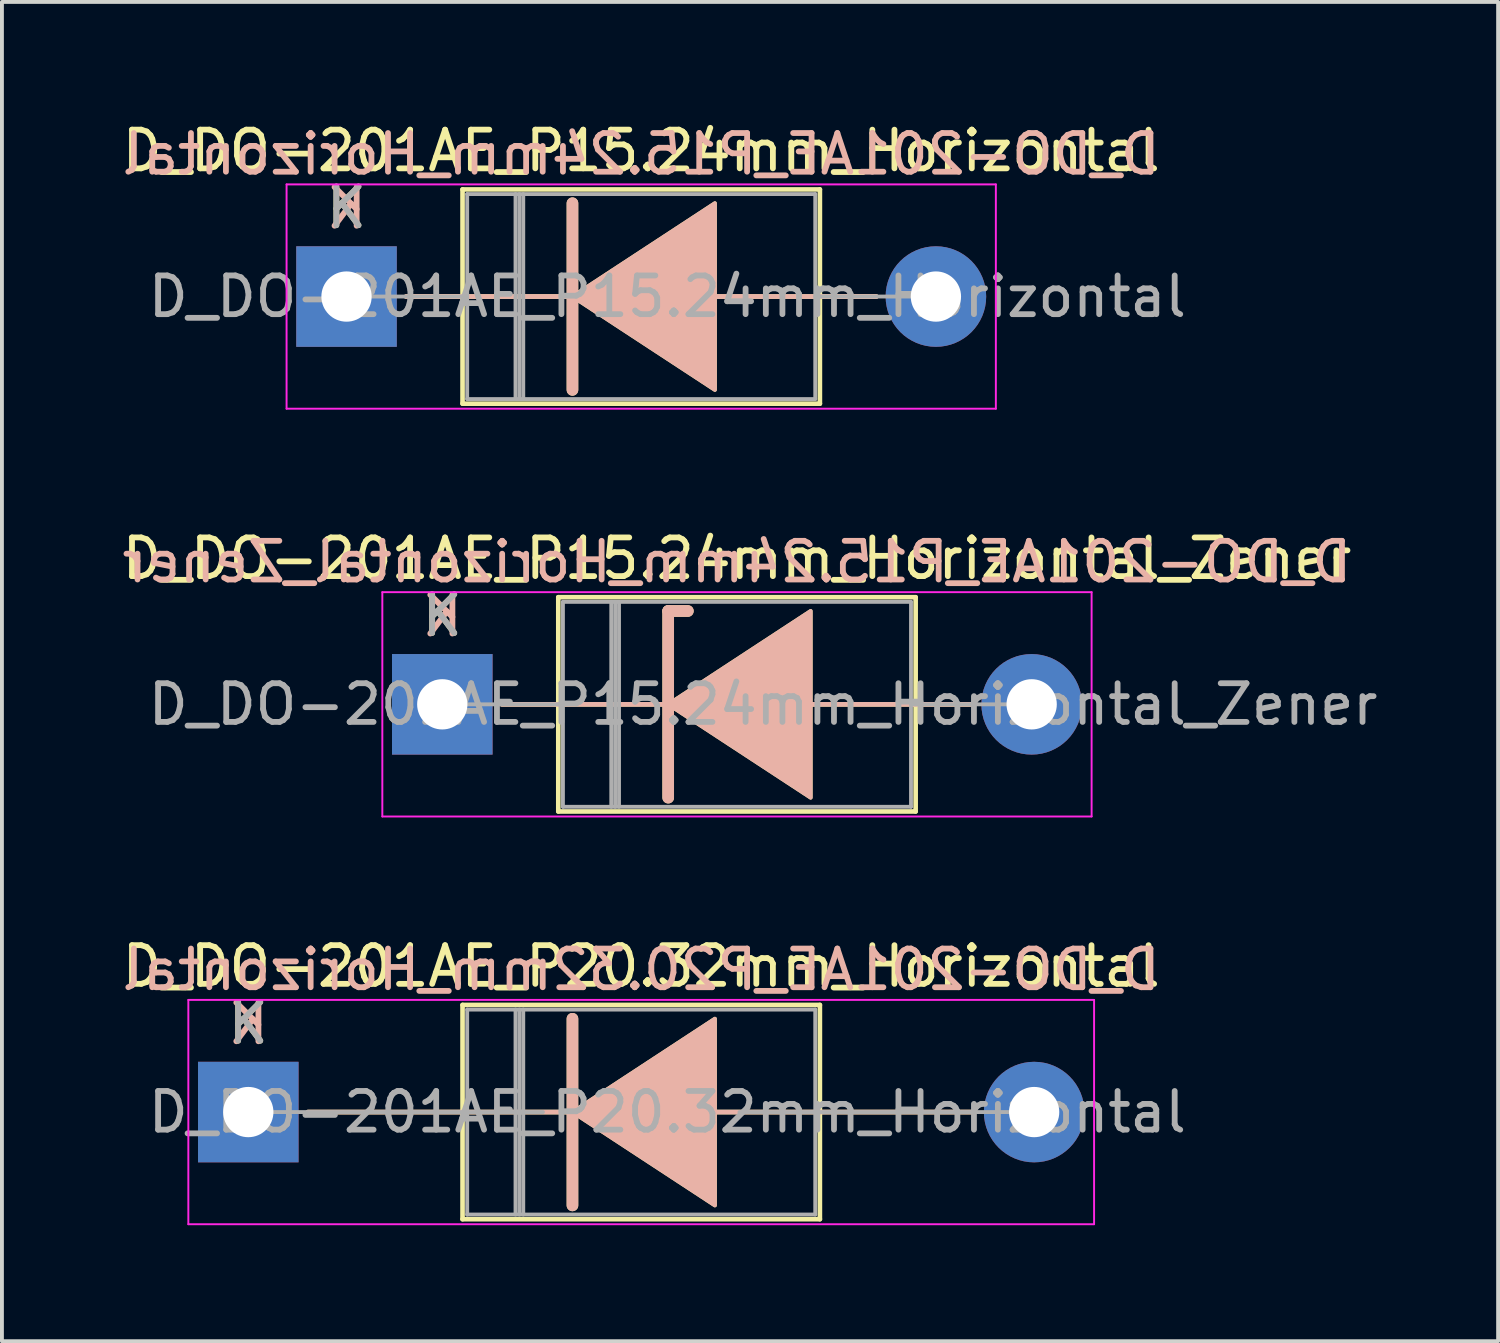
<source format=kicad_pcb>
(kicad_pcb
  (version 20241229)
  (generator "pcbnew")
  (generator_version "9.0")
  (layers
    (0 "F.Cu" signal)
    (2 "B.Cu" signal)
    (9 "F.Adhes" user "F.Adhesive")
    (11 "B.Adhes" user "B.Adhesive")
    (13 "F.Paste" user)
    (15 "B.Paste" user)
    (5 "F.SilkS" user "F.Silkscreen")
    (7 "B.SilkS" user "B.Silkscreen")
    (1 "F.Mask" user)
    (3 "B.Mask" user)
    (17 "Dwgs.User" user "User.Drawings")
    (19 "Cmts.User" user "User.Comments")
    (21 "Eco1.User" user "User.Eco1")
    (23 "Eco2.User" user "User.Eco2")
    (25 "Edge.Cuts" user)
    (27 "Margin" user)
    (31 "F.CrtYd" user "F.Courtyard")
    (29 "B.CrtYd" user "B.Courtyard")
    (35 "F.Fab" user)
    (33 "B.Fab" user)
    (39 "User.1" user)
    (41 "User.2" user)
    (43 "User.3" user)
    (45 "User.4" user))
  (footprint "D_DO-201AE_P15.24mm_Horizontal"
    (layer "F.Cu")
    (at 5.91 4.618)
    (property "Reference" "D_DO-201AE_P15.24mm_Horizontal" (at 7.62 -3.77 0) (layer "F.SilkS") (effects (font (size 1 1) (thickness 0.15))))
    (fp_line (start 1.54 0) (end 3 0) (stroke (width 0.12) (type solid)) (layer "F.SilkS"))
    (fp_line (start 3 -2.77) (end 3 2.77) (stroke (width 0.12) (type solid)) (layer "F.SilkS"))
    (fp_line (start 3 2.77) (end 12.24 2.77) (stroke (width 0.12) (type solid)) (layer "F.SilkS"))
    (fp_line (start 5.842 -2.413) (end 5.842 2.413) (stroke (width 0.3) (type solid)) (layer "F.SilkS"))
    (fp_line (start 5.969 0) (end 3 0) (stroke (width 0.12) (type solid)) (layer "F.SilkS"))
    (fp_line (start 9.525 0) (end 12.24 0) (stroke (width 0.12) (type solid)) (layer "F.SilkS"))
    (fp_line (start 12.24 -2.77) (end 3 -2.77) (stroke (width 0.12) (type solid)) (layer "F.SilkS"))
    (fp_line (start 12.24 2.77) (end 12.24 -2.77) (stroke (width 0.12) (type solid)) (layer "F.SilkS"))
    (fp_line (start 13.7 0) (end 12.24 0) (stroke (width 0.12) (type solid)) (layer "F.SilkS"))
    (fp_poly (pts (xy 9.525 2.413) (xy 5.842 0) (xy 9.525 -2.413)) (stroke (width 0.1) (type solid)) (fill yes) (layer "F.SilkS"))
    (fp_line (start 1.54 0) (end 3 0) (stroke (width 0.12) (type solid)) (layer "B.SilkS"))
    (fp_line (start 5.842 2.413) (end 5.842 -2.413) (stroke (width 0.3) (type solid)) (layer "B.SilkS"))
    (fp_line (start 5.969 0) (end 3 0) (stroke (width 0.12) (type solid)) (layer "B.SilkS"))
    (fp_line (start 9.525 0) (end 12.24 0) (stroke (width 0.12) (type solid)) (layer "B.SilkS"))
    (fp_line (start 13.7 0) (end 12.24 0) (stroke (width 0.12) (type solid)) (layer "B.SilkS"))
    (fp_poly (pts (xy 9.525 -2.413) (xy 5.842 0) (xy 9.525 2.413)) (stroke (width 0.1) (type solid)) (fill yes) (layer "B.SilkS"))
    (fp_line (start -1.55 -2.9) (end -1.55 2.9) (stroke (width 0.05) (type solid)) (layer "F.CrtYd"))
    (fp_line (start -1.55 2.9) (end 16.79 2.9) (stroke (width 0.05) (type solid)) (layer "F.CrtYd"))
    (fp_line (start 16.79 -2.9) (end -1.55 -2.9) (stroke (width 0.05) (type solid)) (layer "F.CrtYd"))
    (fp_line (start 16.79 2.9) (end 16.79 -2.9) (stroke (width 0.05) (type solid)) (layer "F.CrtYd"))
    (fp_line (start 0 0) (end 3.12 0) (stroke (width 0.1) (type solid)) (layer "F.Fab"))
    (fp_line (start 3.12 -2.65) (end 3.12 2.65) (stroke (width 0.1) (type solid)) (layer "F.Fab"))
    (fp_line (start 3.12 2.65) (end 12.12 2.65) (stroke (width 0.1) (type solid)) (layer "F.Fab"))
    (fp_line (start 4.37 -2.65) (end 4.37 2.65) (stroke (width 0.1) (type solid)) (layer "F.Fab"))
    (fp_line (start 4.47 -2.65) (end 4.47 2.65) (stroke (width 0.1) (type solid)) (layer "F.Fab"))
    (fp_line (start 4.57 -2.65) (end 4.57 2.65) (stroke (width 0.1) (type solid)) (layer "F.Fab"))
    (fp_line (start 12.12 -2.65) (end 3.12 -2.65) (stroke (width 0.1) (type solid)) (layer "F.Fab"))
    (fp_line (start 12.12 2.65) (end 12.12 -2.65) (stroke (width 0.1) (type solid)) (layer "F.Fab"))
    (fp_line (start 15.24 0) (end 12.12 0) (stroke (width 0.1) (type solid)) (layer "F.Fab"))
    (fp_text user "K" (at 0 -2.3 0) (layer "F.SilkS") (effects (font (size 1 1) (thickness 0.15))))
    (fp_text user "${REFERENCE}" (at 7.62 -3.683 0) (layer "B.SilkS") (effects (font (size 1 1) (thickness 0.15)) (justify mirror)))
    (fp_text user "K" (at 0 -2.286 0) (layer "B.SilkS") (effects (font (size 1 1) (thickness 0.15)) (justify mirror)))
    (fp_text user "${REFERENCE}" (at 8.295 0 0) (layer "F.Fab") (effects (font (size 1 1) (thickness 0.15))))
    (fp_text user "K" (at 0 -2.3 0) (layer "F.Fab") (effects (font (size 1 1) (thickness 0.15))))
    (pad "1" thru_hole rect (at 0 0) (size 2.6 2.6) (drill 1.3) (layers "*.Cu" "*.Mask"))
    (pad "2" thru_hole oval (at 15.24 0) (size 2.6 2.6) (drill 1.3) (layers "*.Cu" "*.Mask")))
  (footprint "D_DO-201AE_P15.24mm_Horizontal_Zener"
    (layer "F.Cu")
    (at 8.386 15.162)
    (property "Reference" "D_DO-201AE_P15.24mm_Horizontal_Zener" (at 7.62 -3.77 0) (layer "F.SilkS") (effects (font (size 1 1) (thickness 0.15))))
    (fp_line (start 1.54 0) (end 3 0) (stroke (width 0.12) (type solid)) (layer "F.SilkS"))
    (fp_line (start 3 -2.77) (end 3 2.77) (stroke (width 0.12) (type solid)) (layer "F.SilkS"))
    (fp_line (start 3 2.77) (end 12.24 2.77) (stroke (width 0.12) (type solid)) (layer "F.SilkS"))
    (fp_line (start 5.842 -2.413) (end 5.842 2.413) (stroke (width 0.3) (type solid)) (layer "F.SilkS"))
    (fp_line (start 5.842 -2.413) (end 6.35 -2.413) (stroke (width 0.3) (type solid)) (layer "F.SilkS"))
    (fp_line (start 5.969 0) (end 3 0) (stroke (width 0.12) (type solid)) (layer "F.SilkS"))
    (fp_line (start 9.525 0) (end 12.24 0) (stroke (width 0.12) (type solid)) (layer "F.SilkS"))
    (fp_line (start 12.24 -2.77) (end 3 -2.77) (stroke (width 0.12) (type solid)) (layer "F.SilkS"))
    (fp_line (start 12.24 2.77) (end 12.24 -2.77) (stroke (width 0.12) (type solid)) (layer "F.SilkS"))
    (fp_line (start 13.7 0) (end 12.24 0) (stroke (width 0.12) (type solid)) (layer "F.SilkS"))
    (fp_poly (pts (xy 9.525 2.413) (xy 5.842 0) (xy 9.525 -2.413)) (stroke (width 0.1) (type solid)) (fill yes) (layer "F.SilkS"))
    (fp_line (start 1.54 0) (end 3 0) (stroke (width 0.12) (type solid)) (layer "B.SilkS"))
    (fp_line (start 5.842 -2.413) (end 6.35 -2.413) (stroke (width 0.3) (type solid)) (layer "B.SilkS"))
    (fp_line (start 5.842 2.413) (end 5.842 -2.413) (stroke (width 0.3) (type solid)) (layer "B.SilkS"))
    (fp_line (start 5.969 0) (end 3 0) (stroke (width 0.12) (type solid)) (layer "B.SilkS"))
    (fp_line (start 9.525 0) (end 12.24 0) (stroke (width 0.12) (type solid)) (layer "B.SilkS"))
    (fp_line (start 13.7 0) (end 12.24 0) (stroke (width 0.12) (type solid)) (layer "B.SilkS"))
    (fp_poly (pts (xy 9.525 -2.413) (xy 5.842 0) (xy 9.525 2.413)) (stroke (width 0.1) (type solid)) (fill yes) (layer "B.SilkS"))
    (fp_line (start -1.55 -2.9) (end -1.55 2.9) (stroke (width 0.05) (type solid)) (layer "F.CrtYd"))
    (fp_line (start -1.55 2.9) (end 16.79 2.9) (stroke (width 0.05) (type solid)) (layer "F.CrtYd"))
    (fp_line (start 16.79 -2.9) (end -1.55 -2.9) (stroke (width 0.05) (type solid)) (layer "F.CrtYd"))
    (fp_line (start 16.79 2.9) (end 16.79 -2.9) (stroke (width 0.05) (type solid)) (layer "F.CrtYd"))
    (fp_line (start 0 0) (end 3.12 0) (stroke (width 0.1) (type solid)) (layer "F.Fab"))
    (fp_line (start 3.12 -2.65) (end 3.12 2.65) (stroke (width 0.1) (type solid)) (layer "F.Fab"))
    (fp_line (start 3.12 2.65) (end 12.12 2.65) (stroke (width 0.1) (type solid)) (layer "F.Fab"))
    (fp_line (start 4.37 -2.65) (end 4.37 2.65) (stroke (width 0.1) (type solid)) (layer "F.Fab"))
    (fp_line (start 4.47 -2.65) (end 4.47 2.65) (stroke (width 0.1) (type solid)) (layer "F.Fab"))
    (fp_line (start 4.57 -2.65) (end 4.57 2.65) (stroke (width 0.1) (type solid)) (layer "F.Fab"))
    (fp_line (start 12.12 -2.65) (end 3.12 -2.65) (stroke (width 0.1) (type solid)) (layer "F.Fab"))
    (fp_line (start 12.12 2.65) (end 12.12 -2.65) (stroke (width 0.1) (type solid)) (layer "F.Fab"))
    (fp_line (start 15.24 0) (end 12.12 0) (stroke (width 0.1) (type solid)) (layer "F.Fab"))
    (fp_text user "K" (at 0 -2.3 0) (layer "F.SilkS") (effects (font (size 1 1) (thickness 0.15))))
    (fp_text user "K" (at 0 -2.286 0) (layer "B.SilkS") (effects (font (size 1 1) (thickness 0.15)) (justify mirror)))
    (fp_text user "${REFERENCE}" (at 7.62 -3.683 0) (layer "B.SilkS") (effects (font (size 1 1) (thickness 0.15)) (justify mirror)))
    (fp_text user "${REFERENCE}" (at 8.295 0 0) (layer "F.Fab") (effects (font (size 1 1) (thickness 0.15))))
    (fp_text user "K" (at 0 -2.3 0) (layer "F.Fab") (effects (font (size 1 1) (thickness 0.15))))
    (pad "1" thru_hole rect (at 0 0) (size 2.6 2.6) (drill 1.3) (layers "*.Cu" "*.Mask"))
    (pad "2" thru_hole oval (at 15.24 0) (size 2.6 2.6) (drill 1.3) (layers "*.Cu" "*.Mask")))
  (footprint "D_DO-201AE_P20.32mm_Horizontal"
    (layer "F.Cu")
    (at 3.37 25.705)
    (property "Reference" "D_DO-201AE_P20.32mm_Horizontal" (at 10.16 -3.77 0) (layer "F.SilkS") (effects (font (size 1 1) (thickness 0.15))))
    (fp_line (start 1.54 0) (end 5.54 0) (stroke (width 0.12) (type solid)) (layer "F.SilkS"))
    (fp_line (start 5.54 -2.77) (end 5.54 2.77) (stroke (width 0.12) (type solid)) (layer "F.SilkS"))
    (fp_line (start 5.54 2.77) (end 14.78 2.77) (stroke (width 0.12) (type solid)) (layer "F.SilkS"))
    (fp_line (start 8.382 -2.413) (end 8.382 2.413) (stroke (width 0.3) (type solid)) (layer "F.SilkS"))
    (fp_line (start 8.509 0) (end 5.54 0) (stroke (width 0.12) (type solid)) (layer "F.SilkS"))
    (fp_line (start 12.065 0) (end 14.78 0) (stroke (width 0.12) (type solid)) (layer "F.SilkS"))
    (fp_line (start 14.78 -2.77) (end 5.54 -2.77) (stroke (width 0.12) (type solid)) (layer "F.SilkS"))
    (fp_line (start 14.78 2.77) (end 14.78 -2.77) (stroke (width 0.12) (type solid)) (layer "F.SilkS"))
    (fp_line (start 18.78 0) (end 14.78 0) (stroke (width 0.12) (type solid)) (layer "F.SilkS"))
    (fp_poly (pts (xy 12.065 2.413) (xy 8.382 0) (xy 12.065 -2.413)) (stroke (width 0.1) (type solid)) (fill yes) (layer "F.SilkS"))
    (fp_line (start 1.54 0) (end 5.54 0) (stroke (width 0.12) (type solid)) (layer "B.SilkS"))
    (fp_line (start 8.382 2.413) (end 8.382 -2.413) (stroke (width 0.3) (type solid)) (layer "B.SilkS"))
    (fp_line (start 8.509 0) (end 5.54 0) (stroke (width 0.12) (type solid)) (layer "B.SilkS"))
    (fp_line (start 12.065 0) (end 14.78 0) (stroke (width 0.12) (type solid)) (layer "B.SilkS"))
    (fp_line (start 18.78 0) (end 14.78 0) (stroke (width 0.12) (type solid)) (layer "B.SilkS"))
    (fp_poly (pts (xy 12.065 -2.413) (xy 8.382 0) (xy 12.065 2.413)) (stroke (width 0.1) (type solid)) (fill yes) (layer "B.SilkS"))
    (fp_line (start -1.55 -2.9) (end -1.55 2.9) (stroke (width 0.05) (type solid)) (layer "F.CrtYd"))
    (fp_line (start -1.55 2.9) (end 21.87 2.9) (stroke (width 0.05) (type solid)) (layer "F.CrtYd"))
    (fp_line (start 21.87 -2.9) (end -1.55 -2.9) (stroke (width 0.05) (type solid)) (layer "F.CrtYd"))
    (fp_line (start 21.87 2.9) (end 21.87 -2.9) (stroke (width 0.05) (type solid)) (layer "F.CrtYd"))
    (fp_line (start 0 0) (end 7.62 0) (stroke (width 0.1) (type solid)) (layer "F.Fab"))
    (fp_line (start 5.66 -2.65) (end 5.66 2.65) (stroke (width 0.1) (type solid)) (layer "F.Fab"))
    (fp_line (start 5.66 2.65) (end 14.66 2.65) (stroke (width 0.1) (type solid)) (layer "F.Fab"))
    (fp_line (start 6.91 -2.65) (end 6.91 2.65) (stroke (width 0.1) (type solid)) (layer "F.Fab"))
    (fp_line (start 7.01 -2.65) (end 7.01 2.65) (stroke (width 0.1) (type solid)) (layer "F.Fab"))
    (fp_line (start 7.11 -2.65) (end 7.11 2.65) (stroke (width 0.1) (type solid)) (layer "F.Fab"))
    (fp_line (start 14.66 -2.65) (end 5.66 -2.65) (stroke (width 0.1) (type solid)) (layer "F.Fab"))
    (fp_line (start 14.66 2.65) (end 14.66 -2.65) (stroke (width 0.1) (type solid)) (layer "F.Fab"))
    (fp_line (start 20.32 0) (end 12.7 0) (stroke (width 0.1) (type solid)) (layer "F.Fab"))
    (fp_text user "K" (at 0 -2.3 0) (layer "F.SilkS") (effects (font (size 1 1) (thickness 0.15))))
    (fp_text user "${REFERENCE}" (at 10.16 -3.683 0) (layer "B.SilkS") (effects (font (size 1 1) (thickness 0.15)) (justify mirror)))
    (fp_text user "K" (at 0 -2.286 0) (layer "B.SilkS") (effects (font (size 1 1) (thickness 0.15)) (justify mirror)))
    (fp_text user "K" (at 0 -2.3 0) (layer "F.Fab") (effects (font (size 1 1) (thickness 0.15))))
    (fp_text user "${REFERENCE}" (at 10.835 0 0) (layer "F.Fab") (effects (font (size 1 1) (thickness 0.15))))
    (pad "1" thru_hole rect (at 0 0) (size 2.6 2.6) (drill 1.3) (layers "*.Cu" "*.Mask"))
    (pad "2" thru_hole oval (at 20.32 0) (size 2.6 2.6) (drill 1.3) (layers "*.Cu" "*.Mask")))
  (gr_rect
    (start -3 -3)
    (end 35.687 31.63)
    (stroke (width 0.1) (type default))
    (fill no)
    (layer "Edge.Cuts")))
</source>
